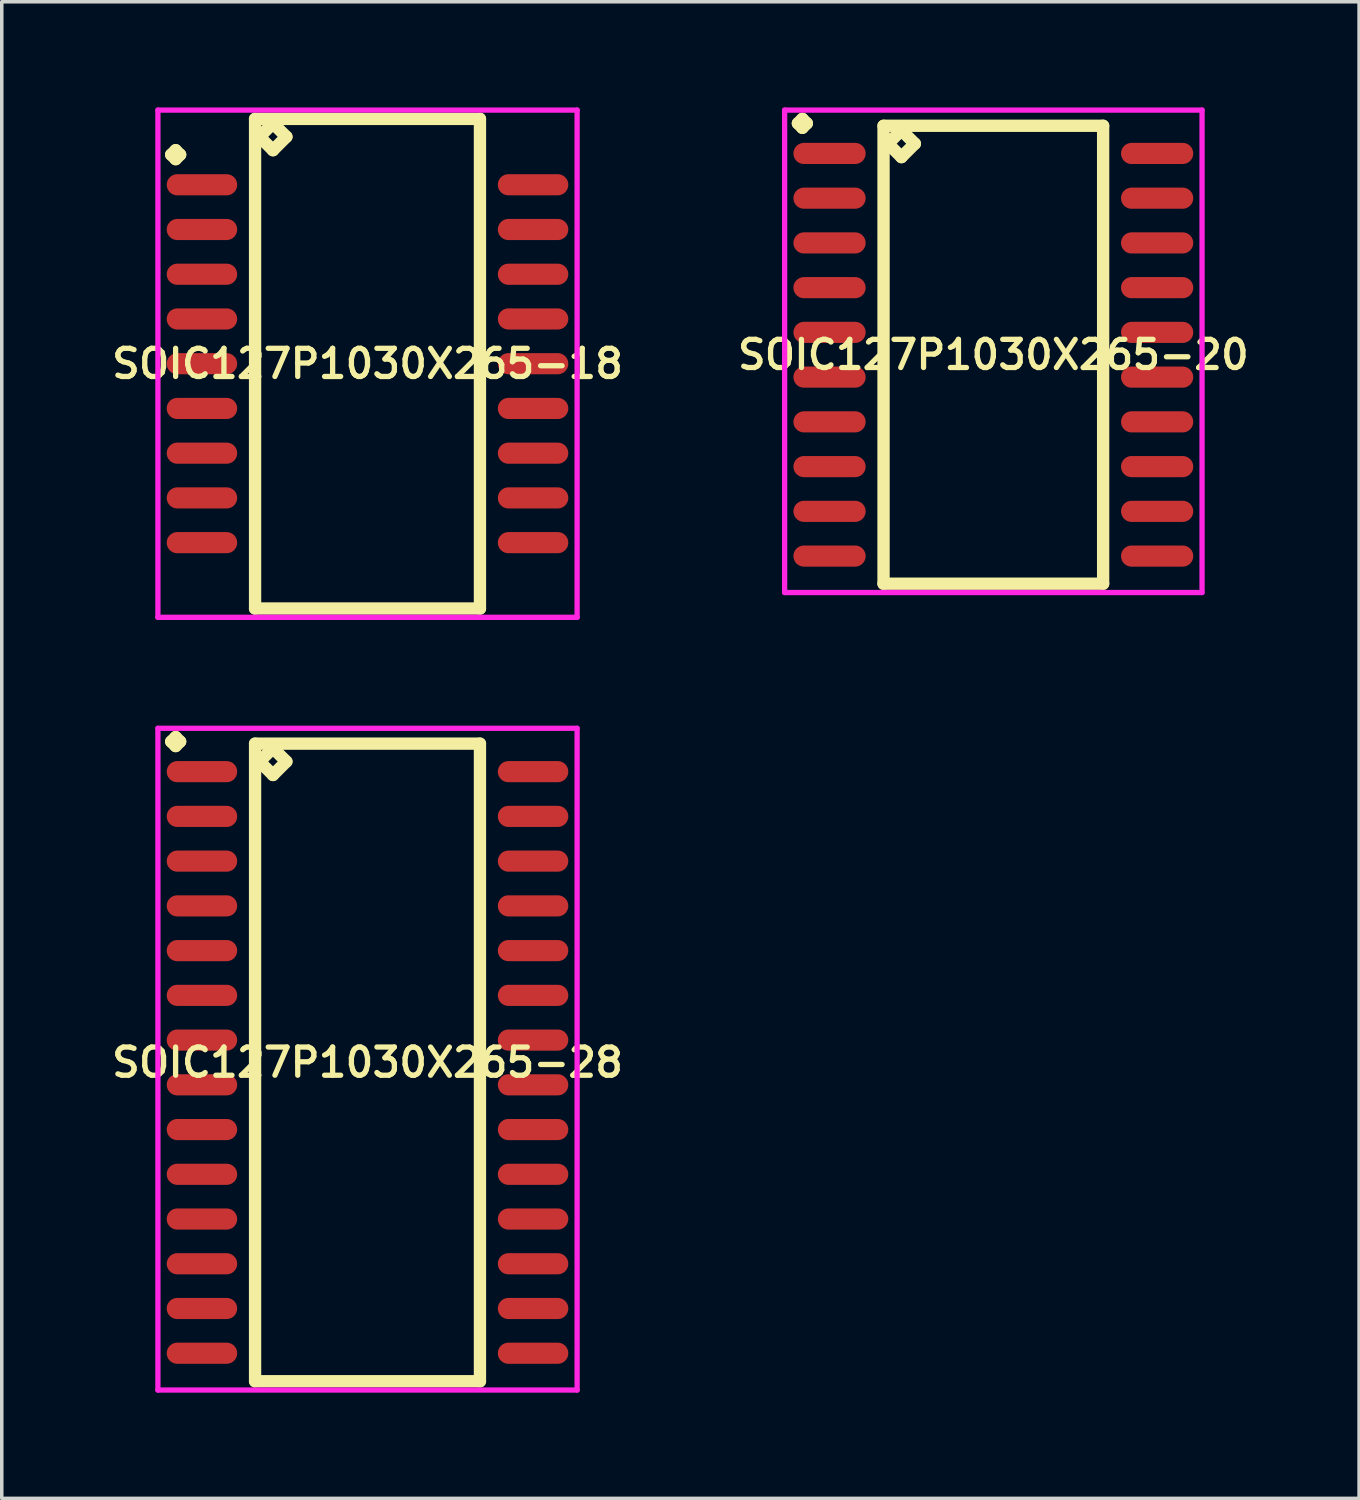
<source format=kicad_pcb>
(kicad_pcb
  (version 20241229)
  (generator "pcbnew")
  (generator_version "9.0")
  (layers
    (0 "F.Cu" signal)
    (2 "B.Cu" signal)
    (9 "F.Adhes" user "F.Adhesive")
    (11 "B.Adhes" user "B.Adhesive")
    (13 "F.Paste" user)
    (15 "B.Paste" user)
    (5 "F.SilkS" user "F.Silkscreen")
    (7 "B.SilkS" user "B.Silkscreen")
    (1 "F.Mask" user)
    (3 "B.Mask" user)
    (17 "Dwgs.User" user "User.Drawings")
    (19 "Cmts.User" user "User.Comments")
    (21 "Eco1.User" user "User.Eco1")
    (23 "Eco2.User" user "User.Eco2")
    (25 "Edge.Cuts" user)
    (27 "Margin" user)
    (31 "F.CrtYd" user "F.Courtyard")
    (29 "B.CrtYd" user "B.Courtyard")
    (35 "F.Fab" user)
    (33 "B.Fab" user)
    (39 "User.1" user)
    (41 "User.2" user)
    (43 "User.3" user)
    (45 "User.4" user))
  (footprint "SOIC127P1030X265-28"
    (layer "F.Cu")
    (at 7.383 27.111)
    (property "Reference" "SOIC127P1030X265-28" (at 0 0 0) (layer "F.SilkS") (effects (font (size 0.8 0.8) (thickness 0.15))))
    (attr smd)
    (fp_line (start -5.573 -9.109) (end -5.446 -9.236) (stroke (width 0.35) (type solid)) (layer "F.SilkS"))
    (fp_line (start -5.446 -9.236) (end -5.319 -9.109) (stroke (width 0.35) (type solid)) (layer "F.SilkS"))
    (fp_line (start -5.446 -8.982) (end -5.573 -9.109) (stroke (width 0.35) (type solid)) (layer "F.SilkS"))
    (fp_line (start -5.319 -9.109) (end -5.446 -8.982) (stroke (width 0.35) (type solid)) (layer "F.SilkS"))
    (fp_line (start -3.192 -9.05) (end -3.192 9.05) (stroke (width 0.35) (type solid)) (layer "F.SilkS"))
    (fp_line (start -3.192 9.05) (end 3.192 9.05) (stroke (width 0.35) (type solid)) (layer "F.SilkS"))
    (fp_line (start -3.065 -8.542) (end -2.684 -8.923) (stroke (width 0.35) (type solid)) (layer "F.SilkS"))
    (fp_line (start -2.684 -8.923) (end -2.303 -8.542) (stroke (width 0.35) (type solid)) (layer "F.SilkS"))
    (fp_line (start -2.684 -8.161) (end -3.065 -8.542) (stroke (width 0.35) (type solid)) (layer "F.SilkS"))
    (fp_line (start -2.303 -8.542) (end -2.684 -8.161) (stroke (width 0.35) (type solid)) (layer "F.SilkS"))
    (fp_line (start 3.192 -9.05) (end -3.192 -9.05) (stroke (width 0.35) (type solid)) (layer "F.SilkS"))
    (fp_line (start 3.192 9.05) (end 3.192 -9.05) (stroke (width 0.35) (type solid)) (layer "F.SilkS"))
    (fp_line (start -5.95 -9.486) (end 5.95 -9.486) (stroke (width 0.15) (type solid)) (layer "F.CrtYd"))
    (fp_line (start -5.95 9.3) (end -5.95 -9.486) (stroke (width 0.15) (type solid)) (layer "F.CrtYd"))
    (fp_line (start 5.95 -9.486) (end 5.95 9.3) (stroke (width 0.15) (type solid)) (layer "F.CrtYd"))
    (fp_line (start 5.95 9.3) (end -5.95 9.3) (stroke (width 0.15) (type solid)) (layer "F.CrtYd"))
    (pad "1" smd oval (at -4.7 -8.255) (size 2 0.6) (layers "F.Cu" "F.Mask" "F.Paste"))
    (pad "2" smd oval (at -4.7 -6.985) (size 2 0.6) (layers "F.Cu" "F.Mask" "F.Paste"))
    (pad "3" smd oval (at -4.7 -5.715) (size 2 0.6) (layers "F.Cu" "F.Mask" "F.Paste"))
    (pad "4" smd oval (at -4.7 -4.445) (size 2 0.6) (layers "F.Cu" "F.Mask" "F.Paste"))
    (pad "5" smd oval (at -4.7 -3.175) (size 2 0.6) (layers "F.Cu" "F.Mask" "F.Paste"))
    (pad "6" smd oval (at -4.7 -1.905) (size 2 0.6) (layers "F.Cu" "F.Mask" "F.Paste"))
    (pad "7" smd oval (at -4.7 -0.635) (size 2 0.6) (layers "F.Cu" "F.Mask" "F.Paste"))
    (pad "8" smd oval (at -4.7 0.635) (size 2 0.6) (layers "F.Cu" "F.Mask" "F.Paste"))
    (pad "9" smd oval (at -4.7 1.905) (size 2 0.6) (layers "F.Cu" "F.Mask" "F.Paste"))
    (pad "10" smd oval (at -4.7 3.175) (size 2 0.6) (layers "F.Cu" "F.Mask" "F.Paste"))
    (pad "11" smd oval (at -4.7 4.445) (size 2 0.6) (layers "F.Cu" "F.Mask" "F.Paste"))
    (pad "12" smd oval (at -4.7 5.715) (size 2 0.6) (layers "F.Cu" "F.Mask" "F.Paste"))
    (pad "13" smd oval (at -4.7 6.985) (size 2 0.6) (layers "F.Cu" "F.Mask" "F.Paste"))
    (pad "14" smd oval (at -4.7 8.255) (size 2 0.6) (layers "F.Cu" "F.Mask" "F.Paste"))
    (pad "15" smd oval (at 4.7 8.255) (size 2 0.6) (layers "F.Cu" "F.Mask" "F.Paste"))
    (pad "16" smd oval (at 4.7 6.985) (size 2 0.6) (layers "F.Cu" "F.Mask" "F.Paste"))
    (pad "17" smd oval (at 4.7 5.715) (size 2 0.6) (layers "F.Cu" "F.Mask" "F.Paste"))
    (pad "18" smd oval (at 4.7 4.445) (size 2 0.6) (layers "F.Cu" "F.Mask" "F.Paste"))
    (pad "19" smd oval (at 4.7 3.175) (size 2 0.6) (layers "F.Cu" "F.Mask" "F.Paste"))
    (pad "20" smd oval (at 4.7 1.905) (size 2 0.6) (layers "F.Cu" "F.Mask" "F.Paste"))
    (pad "21" smd oval (at 4.7 0.635) (size 2 0.6) (layers "F.Cu" "F.Mask" "F.Paste"))
    (pad "22" smd oval (at 4.7 -0.635) (size 2 0.6) (layers "F.Cu" "F.Mask" "F.Paste"))
    (pad "23" smd oval (at 4.7 -1.905) (size 2 0.6) (layers "F.Cu" "F.Mask" "F.Paste"))
    (pad "24" smd oval (at 4.7 -3.175) (size 2 0.6) (layers "F.Cu" "F.Mask" "F.Paste"))
    (pad "25" smd oval (at 4.7 -4.445) (size 2 0.6) (layers "F.Cu" "F.Mask" "F.Paste"))
    (pad "26" smd oval (at 4.7 -5.715) (size 2 0.6) (layers "F.Cu" "F.Mask" "F.Paste"))
    (pad "27" smd oval (at 4.7 -6.985) (size 2 0.6) (layers "F.Cu" "F.Mask" "F.Paste"))
    (pad "28" smd oval (at 4.7 -8.255) (size 2 0.6) (layers "F.Cu" "F.Mask" "F.Paste")))
  (footprint "SOIC127P1030X265-20"
    (layer "F.Cu")
    (at 25.149 7.021)
    (property "Reference" "SOIC127P1030X265-20" (at 0 0 0) (layer "F.SilkS") (effects (font (size 0.8 0.8) (thickness 0.15))))
    (attr smd)
    (fp_line (start -5.548 -6.569) (end -5.421 -6.696) (stroke (width 0.35) (type solid)) (layer "F.SilkS"))
    (fp_line (start -5.421 -6.696) (end -5.294 -6.569) (stroke (width 0.35) (type solid)) (layer "F.SilkS"))
    (fp_line (start -5.421 -6.442) (end -5.548 -6.569) (stroke (width 0.35) (type solid)) (layer "F.SilkS"))
    (fp_line (start -5.294 -6.569) (end -5.421 -6.442) (stroke (width 0.35) (type solid)) (layer "F.SilkS"))
    (fp_line (start -3.117 -6.5) (end -3.117 6.5) (stroke (width 0.35) (type solid)) (layer "F.SilkS"))
    (fp_line (start -3.117 6.5) (end 3.117 6.5) (stroke (width 0.35) (type solid)) (layer "F.SilkS"))
    (fp_line (start -2.99 -5.992) (end -2.609 -6.373) (stroke (width 0.35) (type solid)) (layer "F.SilkS"))
    (fp_line (start -2.609 -6.373) (end -2.228 -5.992) (stroke (width 0.35) (type solid)) (layer "F.SilkS"))
    (fp_line (start -2.609 -5.611) (end -2.99 -5.992) (stroke (width 0.35) (type solid)) (layer "F.SilkS"))
    (fp_line (start -2.228 -5.992) (end -2.609 -5.611) (stroke (width 0.35) (type solid)) (layer "F.SilkS"))
    (fp_line (start 3.117 -6.5) (end -3.117 -6.5) (stroke (width 0.35) (type solid)) (layer "F.SilkS"))
    (fp_line (start 3.117 6.5) (end 3.117 -6.5) (stroke (width 0.35) (type solid)) (layer "F.SilkS"))
    (fp_line (start -5.925 -6.946) (end 5.925 -6.946) (stroke (width 0.15) (type solid)) (layer "F.CrtYd"))
    (fp_line (start -5.925 6.75) (end -5.925 -6.946) (stroke (width 0.15) (type solid)) (layer "F.CrtYd"))
    (fp_line (start 5.925 -6.946) (end 5.925 6.75) (stroke (width 0.15) (type solid)) (layer "F.CrtYd"))
    (fp_line (start 5.925 6.75) (end -5.925 6.75) (stroke (width 0.15) (type solid)) (layer "F.CrtYd"))
    (pad "1" smd oval (at -4.65 -5.715) (size 2.05 0.6) (layers "F.Cu" "F.Mask" "F.Paste"))
    (pad "2" smd oval (at -4.65 -4.445) (size 2.05 0.6) (layers "F.Cu" "F.Mask" "F.Paste"))
    (pad "3" smd oval (at -4.65 -3.175) (size 2.05 0.6) (layers "F.Cu" "F.Mask" "F.Paste"))
    (pad "4" smd oval (at -4.65 -1.905) (size 2.05 0.6) (layers "F.Cu" "F.Mask" "F.Paste"))
    (pad "5" smd oval (at -4.65 -0.635) (size 2.05 0.6) (layers "F.Cu" "F.Mask" "F.Paste"))
    (pad "6" smd oval (at -4.65 0.635) (size 2.05 0.6) (layers "F.Cu" "F.Mask" "F.Paste"))
    (pad "7" smd oval (at -4.65 1.905) (size 2.05 0.6) (layers "F.Cu" "F.Mask" "F.Paste"))
    (pad "8" smd oval (at -4.65 3.175) (size 2.05 0.6) (layers "F.Cu" "F.Mask" "F.Paste"))
    (pad "9" smd oval (at -4.65 4.445) (size 2.05 0.6) (layers "F.Cu" "F.Mask" "F.Paste"))
    (pad "10" smd oval (at -4.65 5.715) (size 2.05 0.6) (layers "F.Cu" "F.Mask" "F.Paste"))
    (pad "11" smd oval (at 4.65 5.715) (size 2.05 0.6) (layers "F.Cu" "F.Mask" "F.Paste"))
    (pad "12" smd oval (at 4.65 4.445) (size 2.05 0.6) (layers "F.Cu" "F.Mask" "F.Paste"))
    (pad "13" smd oval (at 4.65 3.175) (size 2.05 0.6) (layers "F.Cu" "F.Mask" "F.Paste"))
    (pad "14" smd oval (at 4.65 1.905) (size 2.05 0.6) (layers "F.Cu" "F.Mask" "F.Paste"))
    (pad "15" smd oval (at 4.65 0.635) (size 2.05 0.6) (layers "F.Cu" "F.Mask" "F.Paste"))
    (pad "16" smd oval (at 4.65 -0.635) (size 2.05 0.6) (layers "F.Cu" "F.Mask" "F.Paste"))
    (pad "17" smd oval (at 4.65 -1.905) (size 2.05 0.6) (layers "F.Cu" "F.Mask" "F.Paste"))
    (pad "18" smd oval (at 4.65 -3.175) (size 2.05 0.6) (layers "F.Cu" "F.Mask" "F.Paste"))
    (pad "19" smd oval (at 4.65 -4.445) (size 2.05 0.6) (layers "F.Cu" "F.Mask" "F.Paste"))
    (pad "20" smd oval (at 4.65 -5.715) (size 2.05 0.6) (layers "F.Cu" "F.Mask" "F.Paste")))
  (footprint "SOIC127P1030X265-18"
    (layer "F.Cu")
    (at 7.383 7.275)
    (property "Reference" "SOIC127P1030X265-18" (at 0 0 0) (layer "F.SilkS") (effects (font (size 0.8 0.8) (thickness 0.15))))
    (attr smd)
    (fp_line (start -5.573 -5.934) (end -5.446 -6.061) (stroke (width 0.35) (type solid)) (layer "F.SilkS"))
    (fp_line (start -5.446 -6.061) (end -5.319 -5.934) (stroke (width 0.35) (type solid)) (layer "F.SilkS"))
    (fp_line (start -5.446 -5.807) (end -5.573 -5.934) (stroke (width 0.35) (type solid)) (layer "F.SilkS"))
    (fp_line (start -5.319 -5.934) (end -5.446 -5.807) (stroke (width 0.35) (type solid)) (layer "F.SilkS"))
    (fp_line (start -3.192 -6.95) (end -3.192 6.95) (stroke (width 0.35) (type solid)) (layer "F.SilkS"))
    (fp_line (start -3.192 6.95) (end 3.192 6.95) (stroke (width 0.35) (type solid)) (layer "F.SilkS"))
    (fp_line (start -3.065 -6.442) (end -2.684 -6.823) (stroke (width 0.35) (type solid)) (layer "F.SilkS"))
    (fp_line (start -2.684 -6.823) (end -2.303 -6.442) (stroke (width 0.35) (type solid)) (layer "F.SilkS"))
    (fp_line (start -2.684 -6.061) (end -3.065 -6.442) (stroke (width 0.35) (type solid)) (layer "F.SilkS"))
    (fp_line (start -2.303 -6.442) (end -2.684 -6.061) (stroke (width 0.35) (type solid)) (layer "F.SilkS"))
    (fp_line (start 3.192 -6.95) (end -3.192 -6.95) (stroke (width 0.35) (type solid)) (layer "F.SilkS"))
    (fp_line (start 3.192 6.95) (end 3.192 -6.95) (stroke (width 0.35) (type solid)) (layer "F.SilkS"))
    (fp_line (start -5.95 -7.2) (end 5.95 -7.2) (stroke (width 0.15) (type solid)) (layer "F.CrtYd"))
    (fp_line (start -5.95 7.2) (end -5.95 -7.2) (stroke (width 0.15) (type solid)) (layer "F.CrtYd"))
    (fp_line (start 5.95 -7.2) (end 5.95 7.2) (stroke (width 0.15) (type solid)) (layer "F.CrtYd"))
    (fp_line (start 5.95 7.2) (end -5.95 7.2) (stroke (width 0.15) (type solid)) (layer "F.CrtYd"))
    (pad "1" smd oval (at -4.7 -5.08) (size 2 0.6) (layers "F.Cu" "F.Mask" "F.Paste"))
    (pad "2" smd oval (at -4.7 -3.81) (size 2 0.6) (layers "F.Cu" "F.Mask" "F.Paste"))
    (pad "3" smd oval (at -4.7 -2.54) (size 2 0.6) (layers "F.Cu" "F.Mask" "F.Paste"))
    (pad "4" smd oval (at -4.7 -1.27) (size 2 0.6) (layers "F.Cu" "F.Mask" "F.Paste"))
    (pad "5" smd oval (at -4.7 0) (size 2 0.6) (layers "F.Cu" "F.Mask" "F.Paste"))
    (pad "6" smd oval (at -4.7 1.27) (size 2 0.6) (layers "F.Cu" "F.Mask" "F.Paste"))
    (pad "7" smd oval (at -4.7 2.54) (size 2 0.6) (layers "F.Cu" "F.Mask" "F.Paste"))
    (pad "8" smd oval (at -4.7 3.81) (size 2 0.6) (layers "F.Cu" "F.Mask" "F.Paste"))
    (pad "9" smd oval (at -4.7 5.08) (size 2 0.6) (layers "F.Cu" "F.Mask" "F.Paste"))
    (pad "10" smd oval (at 4.7 5.08) (size 2 0.6) (layers "F.Cu" "F.Mask" "F.Paste"))
    (pad "11" smd oval (at 4.7 3.81) (size 2 0.6) (layers "F.Cu" "F.Mask" "F.Paste"))
    (pad "12" smd oval (at 4.7 2.54) (size 2 0.6) (layers "F.Cu" "F.Mask" "F.Paste"))
    (pad "13" smd oval (at 4.7 1.27) (size 2 0.6) (layers "F.Cu" "F.Mask" "F.Paste"))
    (pad "14" smd oval (at 4.7 0) (size 2 0.6) (layers "F.Cu" "F.Mask" "F.Paste"))
    (pad "15" smd oval (at 4.7 -1.27) (size 2 0.6) (layers "F.Cu" "F.Mask" "F.Paste"))
    (pad "16" smd oval (at 4.7 -2.54) (size 2 0.6) (layers "F.Cu" "F.Mask" "F.Paste"))
    (pad "17" smd oval (at 4.7 -3.81) (size 2 0.6) (layers "F.Cu" "F.Mask" "F.Paste"))
    (pad "18" smd oval (at 4.7 -5.08) (size 2 0.6) (layers "F.Cu" "F.Mask" "F.Paste")))
  (gr_rect
    (start -3 -3)
    (end 35.532 39.486)
    (stroke (width 0.1) (type default))
    (fill no)
    (layer "Edge.Cuts")))
</source>
